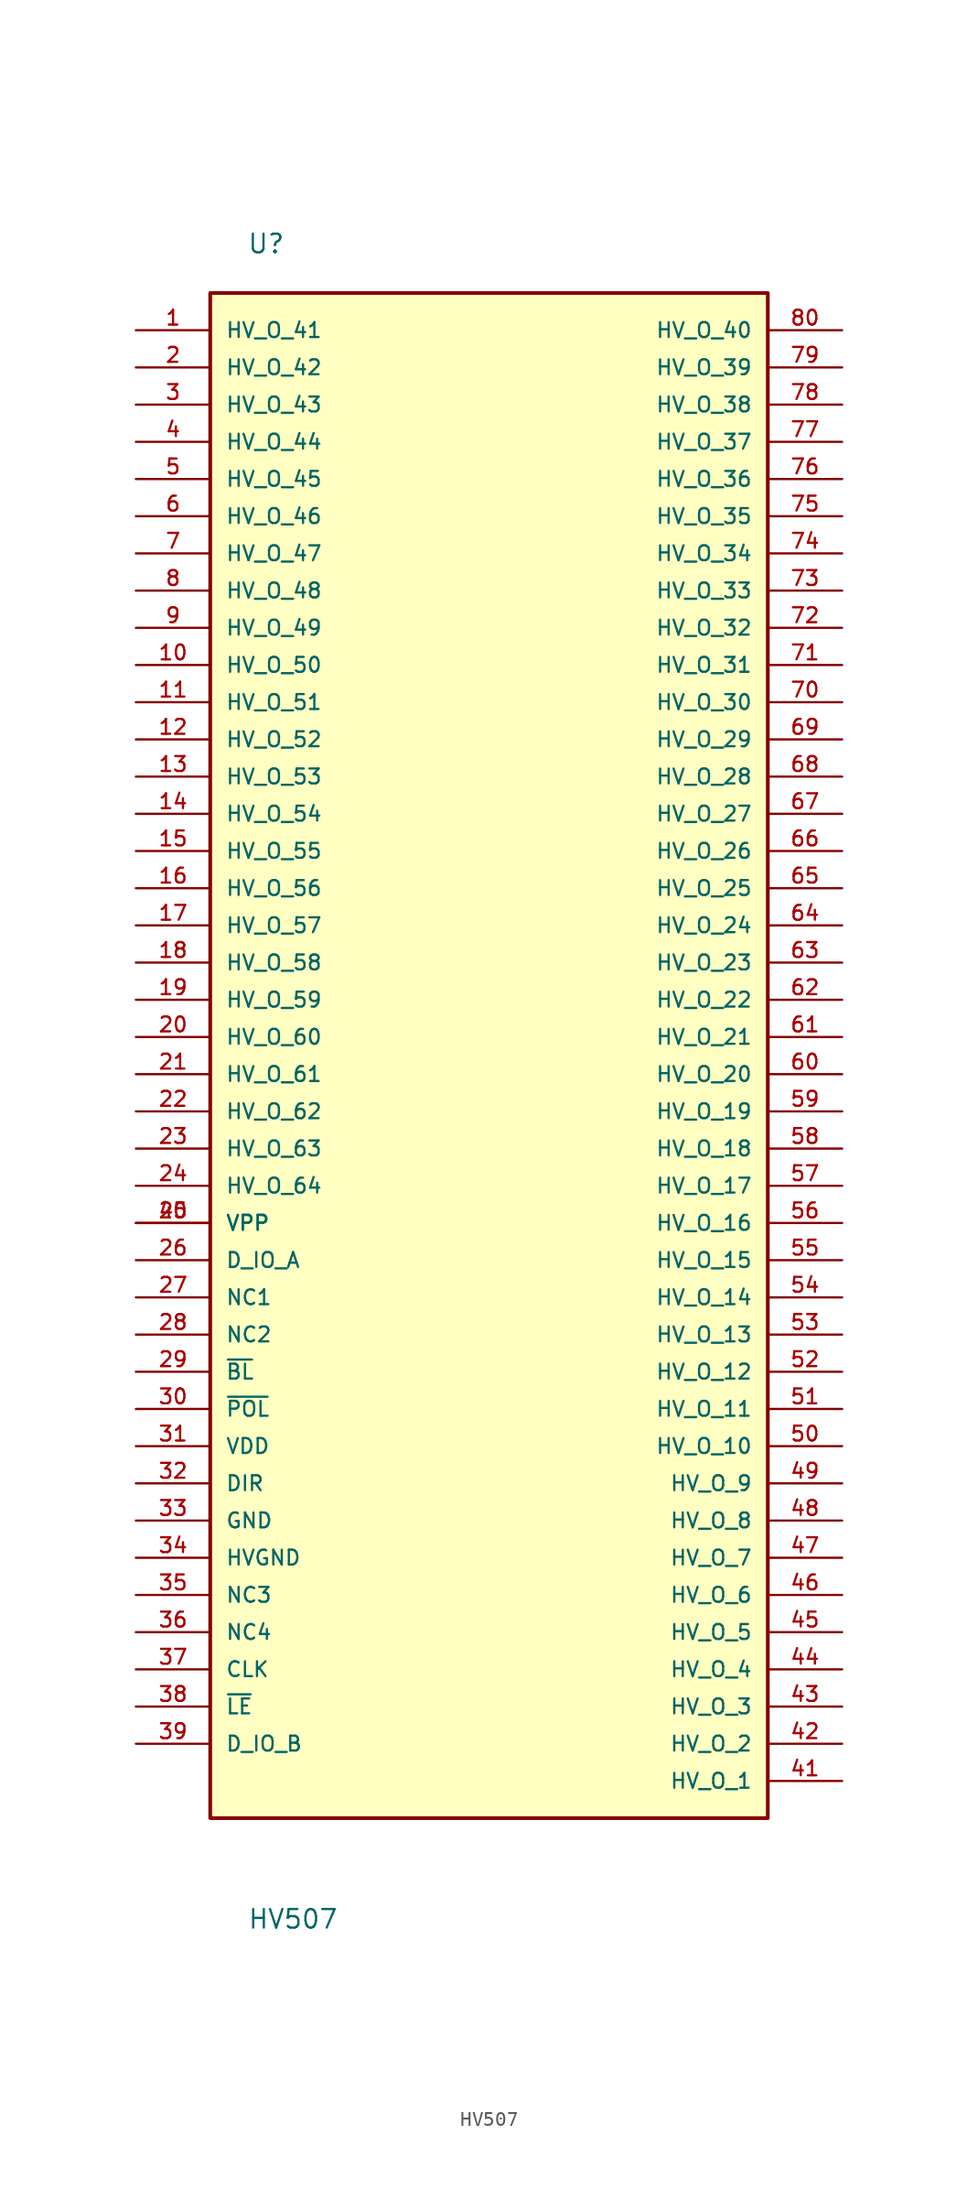
<source format=kicad_sym>
(kicad_symbol_lib
  (version 20211014)
  (generator kicad_symbol_editor)
  (symbol "HV507"
    (pin_names
      (offset 1.016))
    (property "Reference" "U"
      (at -17.809 48.339 0)
      (effects (font (size 1.27 1.27)) (justify bottom left)))
    (property "Value" "HV507"
      (at -17.785 -66.058 0)
      (effects (font (size 1.27 1.27)) (justify bottom left)))
    (symbol "HV507_0_0"
      (rectangle (start -20.32 -58.42) (end 17.78 45.72) (stroke (width 0.254)) (fill (type background)))
      (pin bidirectional line (at 22.86 -55.88 180.0) (length 5.08) (name "HV_O_1" (effects (font (size 1.016 1.016)))) (number "41" (effects (font (size 1.016 1.016)))))
      (pin bidirectional line (at 22.86 -53.34 180.0) (length 5.08) (name "HV_O_2" (effects (font (size 1.016 1.016)))) (number "42" (effects (font (size 1.016 1.016)))))
      (pin bidirectional line (at 22.86 -50.8 180.0) (length 5.08) (name "HV_O_3" (effects (font (size 1.016 1.016)))) (number "43" (effects (font (size 1.016 1.016)))))
      (pin bidirectional line (at 22.86 -48.26 180.0) (length 5.08) (name "HV_O_4" (effects (font (size 1.016 1.016)))) (number "44" (effects (font (size 1.016 1.016)))))
      (pin bidirectional line (at 22.86 -45.72 180.0) (length 5.08) (name "HV_O_5" (effects (font (size 1.016 1.016)))) (number "45" (effects (font (size 1.016 1.016)))))
      (pin bidirectional line (at 22.86 -43.18 180.0) (length 5.08) (name "HV_O_6" (effects (font (size 1.016 1.016)))) (number "46" (effects (font (size 1.016 1.016)))))
      (pin bidirectional line (at 22.86 -40.64 180.0) (length 5.08) (name "HV_O_7" (effects (font (size 1.016 1.016)))) (number "47" (effects (font (size 1.016 1.016)))))
      (pin bidirectional line (at 22.86 -38.1 180.0) (length 5.08) (name "HV_O_8" (effects (font (size 1.016 1.016)))) (number "48" (effects (font (size 1.016 1.016)))))
      (pin bidirectional line (at 22.86 -35.56 180.0) (length 5.08) (name "HV_O_9" (effects (font (size 1.016 1.016)))) (number "49" (effects (font (size 1.016 1.016)))))
      (pin bidirectional line (at 22.86 -33.02 180.0) (length 5.08) (name "HV_O_10" (effects (font (size 1.016 1.016)))) (number "50" (effects (font (size 1.016 1.016)))))
      (pin bidirectional line (at 22.86 -30.48 180.0) (length 5.08) (name "HV_O_11" (effects (font (size 1.016 1.016)))) (number "51" (effects (font (size 1.016 1.016)))))
      (pin bidirectional line (at 22.86 -27.94 180.0) (length 5.08) (name "HV_O_12" (effects (font (size 1.016 1.016)))) (number "52" (effects (font (size 1.016 1.016)))))
      (pin bidirectional line (at 22.86 -25.4 180.0) (length 5.08) (name "HV_O_13" (effects (font (size 1.016 1.016)))) (number "53" (effects (font (size 1.016 1.016)))))
      (pin bidirectional line (at 22.86 -22.86 180.0) (length 5.08) (name "HV_O_14" (effects (font (size 1.016 1.016)))) (number "54" (effects (font (size 1.016 1.016)))))
      (pin bidirectional line (at 22.86 -20.32 180.0) (length 5.08) (name "HV_O_15" (effects (font (size 1.016 1.016)))) (number "55" (effects (font (size 1.016 1.016)))))
      (pin bidirectional line (at 22.86 -17.78 180.0) (length 5.08) (name "HV_O_16" (effects (font (size 1.016 1.016)))) (number "56" (effects (font (size 1.016 1.016)))))
      (pin bidirectional line (at 22.86 -15.24 180.0) (length 5.08) (name "HV_O_17" (effects (font (size 1.016 1.016)))) (number "57" (effects (font (size 1.016 1.016)))))
      (pin bidirectional line (at 22.86 -12.7 180.0) (length 5.08) (name "HV_O_18" (effects (font (size 1.016 1.016)))) (number "58" (effects (font (size 1.016 1.016)))))
      (pin bidirectional line (at 22.86 -10.16 180.0) (length 5.08) (name "HV_O_19" (effects (font (size 1.016 1.016)))) (number "59" (effects (font (size 1.016 1.016)))))
      (pin bidirectional line (at 22.86 -7.62 180.0) (length 5.08) (name "HV_O_20" (effects (font (size 1.016 1.016)))) (number "60" (effects (font (size 1.016 1.016)))))
      (pin bidirectional line (at 22.86 -5.08 180.0) (length 5.08) (name "HV_O_21" (effects (font (size 1.016 1.016)))) (number "61" (effects (font (size 1.016 1.016)))))
      (pin bidirectional line (at 22.86 -2.54 180.0) (length 5.08) (name "HV_O_22" (effects (font (size 1.016 1.016)))) (number "62" (effects (font (size 1.016 1.016)))))
      (pin bidirectional line (at 22.86 0.0 180.0) (length 5.08) (name "HV_O_23" (effects (font (size 1.016 1.016)))) (number "63" (effects (font (size 1.016 1.016)))))
      (pin bidirectional line (at 22.86 2.54 180.0) (length 5.08) (name "HV_O_24" (effects (font (size 1.016 1.016)))) (number "64" (effects (font (size 1.016 1.016)))))
      (pin bidirectional line (at 22.86 5.08 180.0) (length 5.08) (name "HV_O_25" (effects (font (size 1.016 1.016)))) (number "65" (effects (font (size 1.016 1.016)))))
      (pin bidirectional line (at 22.86 7.62 180.0) (length 5.08) (name "HV_O_26" (effects (font (size 1.016 1.016)))) (number "66" (effects (font (size 1.016 1.016)))))
      (pin bidirectional line (at 22.86 10.16 180.0) (length 5.08) (name "HV_O_27" (effects (font (size 1.016 1.016)))) (number "67" (effects (font (size 1.016 1.016)))))
      (pin bidirectional line (at 22.86 12.7 180.0) (length 5.08) (name "HV_O_28" (effects (font (size 1.016 1.016)))) (number "68" (effects (font (size 1.016 1.016)))))
      (pin bidirectional line (at 22.86 15.24 180.0) (length 5.08) (name "HV_O_29" (effects (font (size 1.016 1.016)))) (number "69" (effects (font (size 1.016 1.016)))))
      (pin bidirectional line (at 22.86 17.78 180.0) (length 5.08) (name "HV_O_30" (effects (font (size 1.016 1.016)))) (number "70" (effects (font (size 1.016 1.016)))))
      (pin bidirectional line (at 22.86 20.32 180.0) (length 5.08) (name "HV_O_31" (effects (font (size 1.016 1.016)))) (number "71" (effects (font (size 1.016 1.016)))))
      (pin bidirectional line (at 22.86 22.86 180.0) (length 5.08) (name "HV_O_32" (effects (font (size 1.016 1.016)))) (number "72" (effects (font (size 1.016 1.016)))))
      (pin bidirectional line (at 22.86 25.4 180.0) (length 5.08) (name "HV_O_33" (effects (font (size 1.016 1.016)))) (number "73" (effects (font (size 1.016 1.016)))))
      (pin bidirectional line (at 22.86 27.94 180.0) (length 5.08) (name "HV_O_34" (effects (font (size 1.016 1.016)))) (number "74" (effects (font (size 1.016 1.016)))))
      (pin bidirectional line (at 22.86 30.48 180.0) (length 5.08) (name "HV_O_35" (effects (font (size 1.016 1.016)))) (number "75" (effects (font (size 1.016 1.016)))))
      (pin bidirectional line (at 22.86 33.02 180.0) (length 5.08) (name "HV_O_36" (effects (font (size 1.016 1.016)))) (number "76" (effects (font (size 1.016 1.016)))))
      (pin bidirectional line (at 22.86 35.56 180.0) (length 5.08) (name "HV_O_37" (effects (font (size 1.016 1.016)))) (number "77" (effects (font (size 1.016 1.016)))))
      (pin bidirectional line (at 22.86 38.1 180.0) (length 5.08) (name "HV_O_38" (effects (font (size 1.016 1.016)))) (number "78" (effects (font (size 1.016 1.016)))))
      (pin bidirectional line (at 22.86 40.64 180.0) (length 5.08) (name "HV_O_39" (effects (font (size 1.016 1.016)))) (number "79" (effects (font (size 1.016 1.016)))))
      (pin bidirectional line (at 22.86 43.18 180.0) (length 5.08) (name "HV_O_40" (effects (font (size 1.016 1.016)))) (number "80" (effects (font (size 1.016 1.016)))))
      (pin bidirectional line (at -25.4 43.18 0) (length 5.08) (name "HV_O_41" (effects (font (size 1.016 1.016)))) (number "1" (effects (font (size 1.016 1.016)))))
      (pin bidirectional line (at -25.4 40.64 0) (length 5.08) (name "HV_O_42" (effects (font (size 1.016 1.016)))) (number "2" (effects (font (size 1.016 1.016)))))
      (pin bidirectional line (at -25.4 38.1 0) (length 5.08) (name "HV_O_43" (effects (font (size 1.016 1.016)))) (number "3" (effects (font (size 1.016 1.016)))))
      (pin bidirectional line (at -25.4 35.56 0) (length 5.08) (name "HV_O_44" (effects (font (size 1.016 1.016)))) (number "4" (effects (font (size 1.016 1.016)))))
      (pin bidirectional line (at -25.4 33.02 0) (length 5.08) (name "HV_O_45" (effects (font (size 1.016 1.016)))) (number "5" (effects (font (size 1.016 1.016)))))
      (pin bidirectional line (at -25.4 30.48 0) (length 5.08) (name "HV_O_46" (effects (font (size 1.016 1.016)))) (number "6" (effects (font (size 1.016 1.016)))))
      (pin bidirectional line (at -25.4 27.94 0) (length 5.08) (name "HV_O_47" (effects (font (size 1.016 1.016)))) (number "7" (effects (font (size 1.016 1.016)))))
      (pin bidirectional line (at -25.4 25.4 0) (length 5.08) (name "HV_O_48" (effects (font (size 1.016 1.016)))) (number "8" (effects (font (size 1.016 1.016)))))
      (pin bidirectional line (at -25.4 22.86 0) (length 5.08) (name "HV_O_49" (effects (font (size 1.016 1.016)))) (number "9" (effects (font (size 1.016 1.016)))))
      (pin bidirectional line (at -25.4 20.32 0) (length 5.08) (name "HV_O_50" (effects (font (size 1.016 1.016)))) (number "10" (effects (font (size 1.016 1.016)))))
      (pin bidirectional line (at -25.4 17.78 0) (length 5.08) (name "HV_O_51" (effects (font (size 1.016 1.016)))) (number "11" (effects (font (size 1.016 1.016)))))
      (pin bidirectional line (at -25.4 15.24 0) (length 5.08) (name "HV_O_52" (effects (font (size 1.016 1.016)))) (number "12" (effects (font (size 1.016 1.016)))))
      (pin bidirectional line (at -25.4 12.7 0) (length 5.08) (name "HV_O_53" (effects (font (size 1.016 1.016)))) (number "13" (effects (font (size 1.016 1.016)))))
      (pin bidirectional line (at -25.4 10.16 0) (length 5.08) (name "HV_O_54" (effects (font (size 1.016 1.016)))) (number "14" (effects (font (size 1.016 1.016)))))
      (pin bidirectional line (at -25.4 7.62 0) (length 5.08) (name "HV_O_55" (effects (font (size 1.016 1.016)))) (number "15" (effects (font (size 1.016 1.016)))))
      (pin bidirectional line (at -25.4 5.08 0) (length 5.08) (name "HV_O_56" (effects (font (size 1.016 1.016)))) (number "16" (effects (font (size 1.016 1.016)))))
      (pin bidirectional line (at -25.4 2.54 0) (length 5.08) (name "HV_O_57" (effects (font (size 1.016 1.016)))) (number "17" (effects (font (size 1.016 1.016)))))
      (pin bidirectional line (at -25.4 0.0 0) (length 5.08) (name "HV_O_58" (effects (font (size 1.016 1.016)))) (number "18" (effects (font (size 1.016 1.016)))))
      (pin bidirectional line (at -25.4 -2.54 0) (length 5.08) (name "HV_O_59" (effects (font (size 1.016 1.016)))) (number "19" (effects (font (size 1.016 1.016)))))
      (pin bidirectional line (at -25.4 -5.08 0) (length 5.08) (name "HV_O_60" (effects (font (size 1.016 1.016)))) (number "20" (effects (font (size 1.016 1.016)))))
      (pin bidirectional line (at -25.4 -7.62 0) (length 5.08) (name "HV_O_61" (effects (font (size 1.016 1.016)))) (number "21" (effects (font (size 1.016 1.016)))))
      (pin bidirectional line (at -25.4 -10.16 0) (length 5.08) (name "HV_O_62" (effects (font (size 1.016 1.016)))) (number "22" (effects (font (size 1.016 1.016)))))
      (pin bidirectional line (at -25.4 -12.7 0) (length 5.08) (name "HV_O_63" (effects (font (size 1.016 1.016)))) (number "23" (effects (font (size 1.016 1.016)))))
      (pin bidirectional line (at -25.4 -15.24 0) (length 5.08) (name "HV_O_64" (effects (font (size 1.016 1.016)))) (number "24" (effects (font (size 1.016 1.016)))))
      (pin bidirectional line (at -25.4 -17.78 0) (length 5.08) (name "VPP" (effects (font (size 1.016 1.016)))) (number "25" (effects (font (size 1.016 1.016)))))
      (pin bidirectional line (at -25.4 -17.78 0) (length 5.08) (name "VPP" (effects (font (size 1.016 1.016)))) (number "40" (effects (font (size 1.016 1.016)))))
      (pin bidirectional line (at -25.4 -20.32 0) (length 5.08) (name "D_IO_A" (effects (font (size 1.016 1.016)))) (number "26" (effects (font (size 1.016 1.016)))))
      (pin bidirectional line (at -25.4 -22.86 0) (length 5.08) (name "NC1" (effects (font (size 1.016 1.016)))) (number "27" (effects (font (size 1.016 1.016)))))
      (pin bidirectional line (at -25.4 -25.4 0) (length 5.08) (name "NC2" (effects (font (size 1.016 1.016)))) (number "28" (effects (font (size 1.016 1.016)))))
      (pin bidirectional line (at -25.4 -27.94 0) (length 5.08) (name "~{BL}" (effects (font (size 1.016 1.016)))) (number "29" (effects (font (size 1.016 1.016)))))
      (pin bidirectional line (at -25.4 -30.48 0) (length 5.08) (name "~{POL}" (effects (font (size 1.016 1.016)))) (number "30" (effects (font (size 1.016 1.016)))))
      (pin bidirectional line (at -25.4 -33.02 0) (length 5.08) (name "VDD" (effects (font (size 1.016 1.016)))) (number "31" (effects (font (size 1.016 1.016)))))
      (pin bidirectional line (at -25.4 -35.56 0) (length 5.08) (name "DIR" (effects (font (size 1.016 1.016)))) (number "32" (effects (font (size 1.016 1.016)))))
      (pin bidirectional line (at -25.4 -38.1 0) (length 5.08) (name "GND" (effects (font (size 1.016 1.016)))) (number "33" (effects (font (size 1.016 1.016)))))
      (pin bidirectional line (at -25.4 -40.64 0) (length 5.08) (name "HVGND" (effects (font (size 1.016 1.016)))) (number "34" (effects (font (size 1.016 1.016)))))
      (pin bidirectional line (at -25.4 -43.18 0) (length 5.08) (name "NC3" (effects (font (size 1.016 1.016)))) (number "35" (effects (font (size 1.016 1.016)))))
      (pin bidirectional line (at -25.4 -45.72 0) (length 5.08) (name "NC4" (effects (font (size 1.016 1.016)))) (number "36" (effects (font (size 1.016 1.016)))))
      (pin bidirectional line (at -25.4 -48.26 0) (length 5.08) (name "CLK" (effects (font (size 1.016 1.016)))) (number "37" (effects (font (size 1.016 1.016)))))
      (pin bidirectional line (at -25.4 -50.8 0) (length 5.08) (name "~{LE}" (effects (font (size 1.016 1.016)))) (number "38" (effects (font (size 1.016 1.016)))))
      (pin bidirectional line (at -25.4 -53.34 0) (length 5.08) (name "D_IO_B" (effects (font (size 1.016 1.016)))) (number "39" (effects (font (size 1.016 1.016))))))))
</source>
